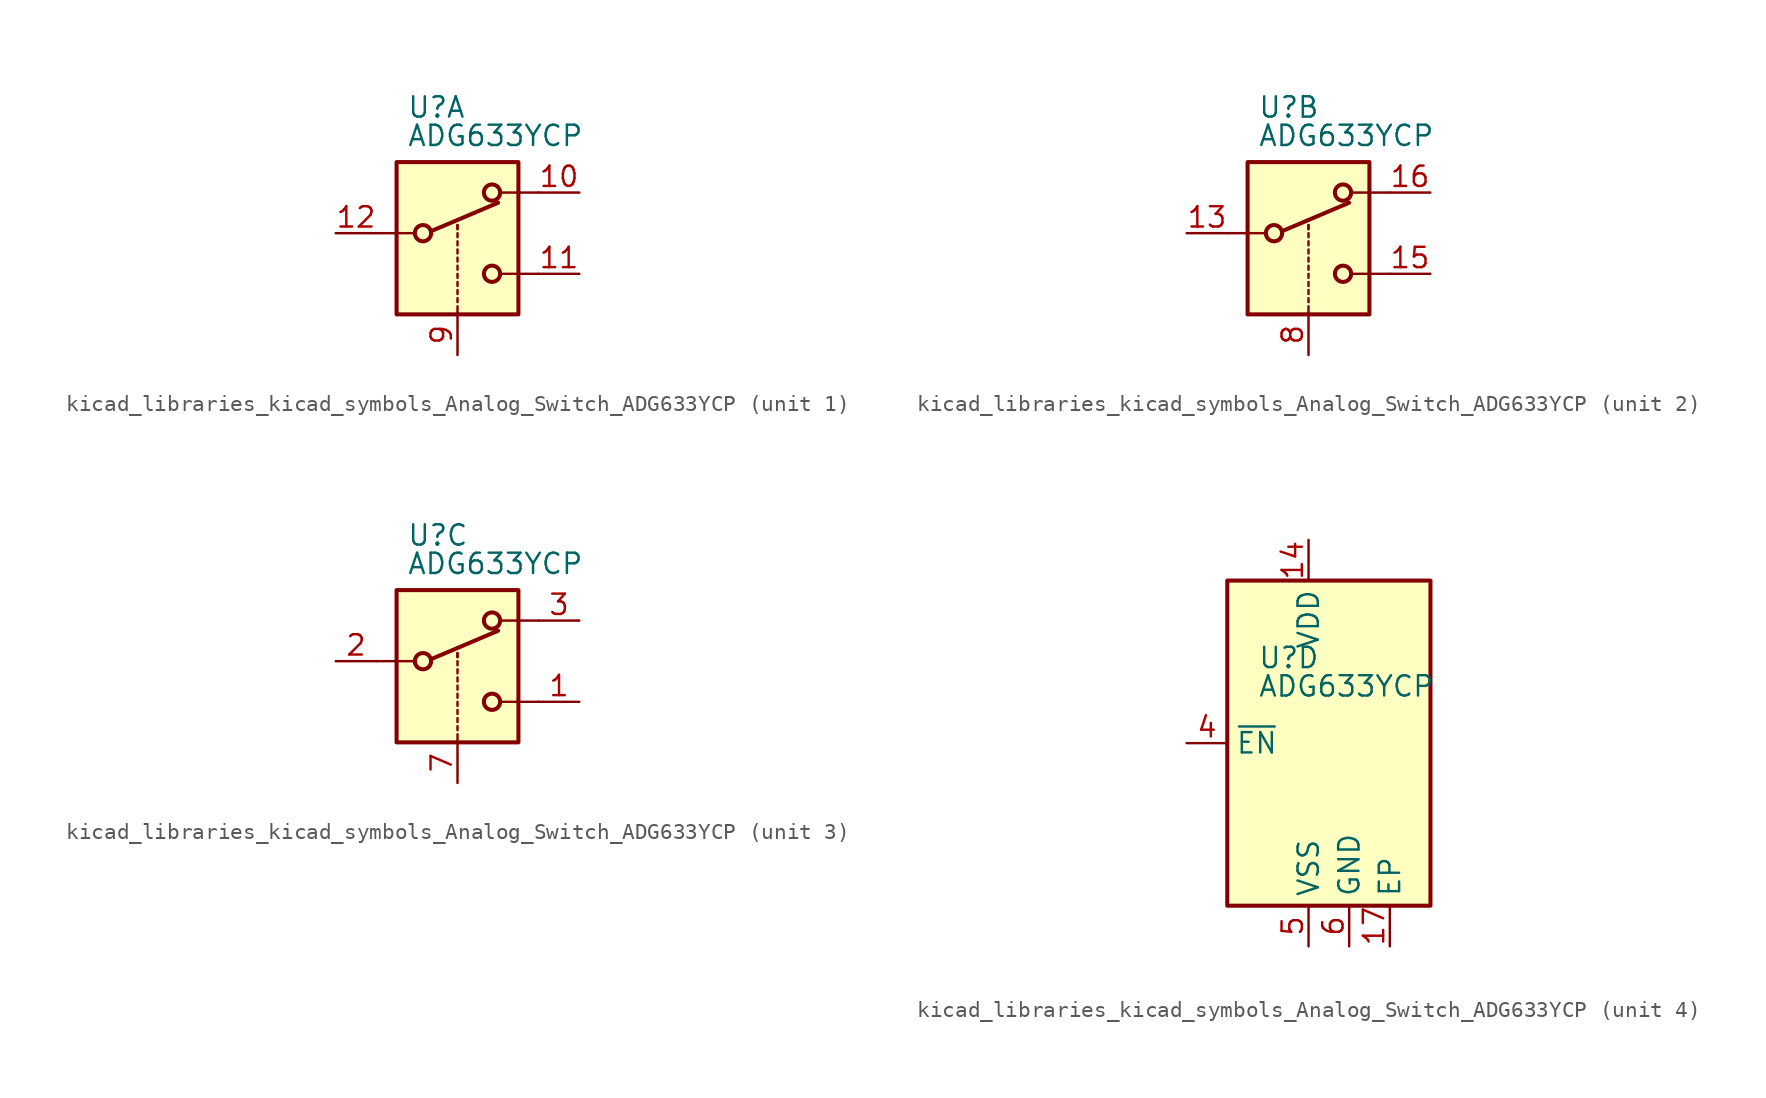
<source format=kicad_sym>
(kicad_symbol_lib
  (version 20220914)
  (generator kicad_symbol_editor)
  (symbol "kicad_libraries_kicad_symbols_Analog_Switch_ADG633YCP"
    (property "Reference" "U"
      (at -3.175 5.334 0)
      (effects (font (size 1.27 1.27)) (justify left)))
    (property "Value" "ADG633YCP"
      (at -3.175 3.556 0)
      (effects (font (size 1.27 1.27)) (justify left)))
    (symbol "kicad_libraries_kicad_symbols_Analog_Switch_ADG633YCP_1_1"
      (rectangle (start -3.81 1.905) (end 3.81 -7.62) (stroke (width 0.254) (type default)) (fill (type background)))
      (circle (center -2.159 -2.54) (radius 0.508) (stroke (width 0.254) (type default)) (fill (type none)))
      (polyline (pts (xy -5.08 -2.54) (xy -2.794 -2.54)) (stroke (width 0) (type default)) (fill (type none)))
      (polyline (pts (xy -1.651 -2.413) (xy 2.54 -0.635)) (stroke (width 0.254) (type default)) (fill (type none)))
      (polyline (pts (xy 0 -7.62) (xy 0 -7.112)) (stroke (width 0) (type default)) (fill (type none)))
      (polyline (pts (xy 0 -6.858) (xy 0 -6.604)) (stroke (width 0) (type default)) (fill (type none)))
      (polyline (pts (xy 0 -6.35) (xy 0 -6.096)) (stroke (width 0) (type default)) (fill (type none)))
      (polyline (pts (xy 0 -5.842) (xy 0 -5.588)) (stroke (width 0) (type default)) (fill (type none)))
      (polyline (pts (xy 0 -5.334) (xy 0 -5.08)) (stroke (width 0) (type default)) (fill (type none)))
      (polyline (pts (xy 0 -4.826) (xy 0 -4.572)) (stroke (width 0) (type default)) (fill (type none)))
      (polyline (pts (xy 0 -4.318) (xy 0 -4.064)) (stroke (width 0) (type default)) (fill (type none)))
      (polyline (pts (xy 0 -3.81) (xy 0 -3.556)) (stroke (width 0) (type default)) (fill (type none)))
      (polyline (pts (xy 0 -3.302) (xy 0 -3.048)) (stroke (width 0) (type default)) (fill (type none)))
      (polyline (pts (xy 0 -2.794) (xy 0 -2.54)) (stroke (width 0) (type default)) (fill (type none)))
      (polyline (pts (xy 0 -2.286) (xy 0 -2.032)) (stroke (width 0) (type default)) (fill (type none)))
      (polyline (pts (xy 0 -2.286) (xy 0 -2.032)) (stroke (width 0) (type default)) (fill (type none)))
      (polyline (pts (xy 5.08 -5.08) (xy 2.794 -5.08)) (stroke (width 0) (type default)) (fill (type none)))
      (polyline (pts (xy 5.08 0) (xy 2.794 0)) (stroke (width 0) (type default)) (fill (type none)))
      (circle (center 2.159 -5.08) (radius 0.508) (stroke (width 0.254) (type default)) (fill (type none)))
      (circle (center 2.159 0) (radius 0.508) (stroke (width 0.254) (type default)) (fill (type none)))
      (pin passive line (at 7.62 0 180) (length 2.54) (name "~" (effects (font (size 1.27 1.27)))) (number "10" (effects (font (size 1.27 1.27)))))
      (pin passive line (at 7.62 -5.08 180) (length 2.54) (name "~" (effects (font (size 1.27 1.27)))) (number "11" (effects (font (size 1.27 1.27)))))
      (pin passive line (at -7.62 -2.54 0) (length 2.54) (name "~" (effects (font (size 1.27 1.27)))) (number "12" (effects (font (size 1.27 1.27)))))
      (pin input line (at 0 -10.16 90) (length 2.54) (name "~" (effects (font (size 1.27 1.27)))) (number "9" (effects (font (size 1.27 1.27))))))
    (symbol "kicad_libraries_kicad_symbols_Analog_Switch_ADG633YCP_2_1"
      (rectangle (start -3.81 1.905) (end 3.81 -7.62) (stroke (width 0.254) (type default)) (fill (type background)))
      (circle (center -2.159 -2.54) (radius 0.508) (stroke (width 0.254) (type default)) (fill (type none)))
      (polyline (pts (xy -5.08 -2.54) (xy -2.794 -2.54)) (stroke (width 0) (type default)) (fill (type none)))
      (polyline (pts (xy -1.651 -2.413) (xy 2.54 -0.635)) (stroke (width 0.254) (type default)) (fill (type none)))
      (polyline (pts (xy 0 -7.62) (xy 0 -7.112)) (stroke (width 0) (type default)) (fill (type none)))
      (polyline (pts (xy 0 -6.858) (xy 0 -6.604)) (stroke (width 0) (type default)) (fill (type none)))
      (polyline (pts (xy 0 -6.35) (xy 0 -6.096)) (stroke (width 0) (type default)) (fill (type none)))
      (polyline (pts (xy 0 -5.842) (xy 0 -5.588)) (stroke (width 0) (type default)) (fill (type none)))
      (polyline (pts (xy 0 -5.334) (xy 0 -5.08)) (stroke (width 0) (type default)) (fill (type none)))
      (polyline (pts (xy 0 -4.826) (xy 0 -4.572)) (stroke (width 0) (type default)) (fill (type none)))
      (polyline (pts (xy 0 -4.318) (xy 0 -4.064)) (stroke (width 0) (type default)) (fill (type none)))
      (polyline (pts (xy 0 -3.81) (xy 0 -3.556)) (stroke (width 0) (type default)) (fill (type none)))
      (polyline (pts (xy 0 -3.302) (xy 0 -3.048)) (stroke (width 0) (type default)) (fill (type none)))
      (polyline (pts (xy 0 -2.794) (xy 0 -2.54)) (stroke (width 0) (type default)) (fill (type none)))
      (polyline (pts (xy 0 -2.286) (xy 0 -2.032)) (stroke (width 0) (type default)) (fill (type none)))
      (polyline (pts (xy 0 -2.286) (xy 0 -2.032)) (stroke (width 0) (type default)) (fill (type none)))
      (polyline (pts (xy 5.08 -5.08) (xy 2.794 -5.08)) (stroke (width 0) (type default)) (fill (type none)))
      (polyline (pts (xy 5.08 0) (xy 2.794 0)) (stroke (width 0) (type default)) (fill (type none)))
      (circle (center 2.159 -5.08) (radius 0.508) (stroke (width 0.254) (type default)) (fill (type none)))
      (circle (center 2.159 0) (radius 0.508) (stroke (width 0.254) (type default)) (fill (type none)))
      (pin passive line (at -7.62 -2.54 0) (length 2.54) (name "~" (effects (font (size 1.27 1.27)))) (number "13" (effects (font (size 1.27 1.27)))))
      (pin passive line (at 7.62 -5.08 180) (length 2.54) (name "~" (effects (font (size 1.27 1.27)))) (number "15" (effects (font (size 1.27 1.27)))))
      (pin passive line (at 7.62 0 180) (length 2.54) (name "~" (effects (font (size 1.27 1.27)))) (number "16" (effects (font (size 1.27 1.27)))))
      (pin input line (at 0 -10.16 90) (length 2.54) (name "~" (effects (font (size 1.27 1.27)))) (number "8" (effects (font (size 1.27 1.27))))))
    (symbol "kicad_libraries_kicad_symbols_Analog_Switch_ADG633YCP_3_1"
      (rectangle (start -3.81 1.905) (end 3.81 -7.62) (stroke (width 0.254) (type default)) (fill (type background)))
      (circle (center -2.159 -2.54) (radius 0.508) (stroke (width 0.254) (type default)) (fill (type none)))
      (polyline (pts (xy -5.08 -2.54) (xy -2.794 -2.54)) (stroke (width 0) (type default)) (fill (type none)))
      (polyline (pts (xy -1.651 -2.413) (xy 2.54 -0.635)) (stroke (width 0.254) (type default)) (fill (type none)))
      (polyline (pts (xy 0 -7.62) (xy 0 -7.112)) (stroke (width 0) (type default)) (fill (type none)))
      (polyline (pts (xy 0 -6.858) (xy 0 -6.604)) (stroke (width 0) (type default)) (fill (type none)))
      (polyline (pts (xy 0 -6.35) (xy 0 -6.096)) (stroke (width 0) (type default)) (fill (type none)))
      (polyline (pts (xy 0 -5.842) (xy 0 -5.588)) (stroke (width 0) (type default)) (fill (type none)))
      (polyline (pts (xy 0 -5.334) (xy 0 -5.08)) (stroke (width 0) (type default)) (fill (type none)))
      (polyline (pts (xy 0 -4.826) (xy 0 -4.572)) (stroke (width 0) (type default)) (fill (type none)))
      (polyline (pts (xy 0 -4.318) (xy 0 -4.064)) (stroke (width 0) (type default)) (fill (type none)))
      (polyline (pts (xy 0 -3.81) (xy 0 -3.556)) (stroke (width 0) (type default)) (fill (type none)))
      (polyline (pts (xy 0 -3.302) (xy 0 -3.048)) (stroke (width 0) (type default)) (fill (type none)))
      (polyline (pts (xy 0 -2.794) (xy 0 -2.54)) (stroke (width 0) (type default)) (fill (type none)))
      (polyline (pts (xy 0 -2.286) (xy 0 -2.032)) (stroke (width 0) (type default)) (fill (type none)))
      (polyline (pts (xy 0 -2.286) (xy 0 -2.032)) (stroke (width 0) (type default)) (fill (type none)))
      (polyline (pts (xy 5.08 -5.08) (xy 2.794 -5.08)) (stroke (width 0) (type default)) (fill (type none)))
      (polyline (pts (xy 5.08 0) (xy 2.794 0)) (stroke (width 0) (type default)) (fill (type none)))
      (circle (center 2.159 -5.08) (radius 0.508) (stroke (width 0.254) (type default)) (fill (type none)))
      (circle (center 2.159 0) (radius 0.508) (stroke (width 0.254) (type default)) (fill (type none)))
      (pin passive line (at 7.62 -5.08 180) (length 2.54) (name "~" (effects (font (size 1.27 1.27)))) (number "1" (effects (font (size 1.27 1.27)))))
      (pin passive line (at -7.62 -2.54 0) (length 2.54) (name "~" (effects (font (size 1.27 1.27)))) (number "2" (effects (font (size 1.27 1.27)))))
      (pin passive line (at 7.62 0 180) (length 2.54) (name "~" (effects (font (size 1.27 1.27)))) (number "3" (effects (font (size 1.27 1.27)))))
      (pin input line (at 0 -10.16 90) (length 2.54) (name "~" (effects (font (size 1.27 1.27)))) (number "7" (effects (font (size 1.27 1.27))))))
    (symbol "kicad_libraries_kicad_symbols_Analog_Switch_ADG633YCP_4_0"
      (pin power_in line (at 0 12.7 270) (length 2.54) (name "VDD" (effects (font (size 1.27 1.27)))) (number "14" (effects (font (size 1.27 1.27)))))
      (pin power_in line (at 5.08 -12.7 90) (length 2.54) (name "EP" (effects (font (size 1.27 1.27)))) (number "17" (effects (font (size 1.27 1.27)))))
      (pin input line (at -7.62 0 0) (length 2.54) (name "~{EN}" (effects (font (size 1.27 1.27)))) (number "4" (effects (font (size 1.27 1.27)))))
      (pin power_in line (at 0 -12.7 90) (length 2.54) (name "VSS" (effects (font (size 1.27 1.27)))) (number "5" (effects (font (size 1.27 1.27)))))
      (pin power_in line (at 2.54 -12.7 90) (length 2.54) (name "GND" (effects (font (size 1.27 1.27)))) (number "6" (effects (font (size 1.27 1.27))))))
    (symbol "kicad_libraries_kicad_symbols_Analog_Switch_ADG633YCP_4_1"
      (rectangle (start -5.08 10.16) (end 7.62 -10.16) (stroke (width 0.254) (type default)) (fill (type background))))))
</source>
